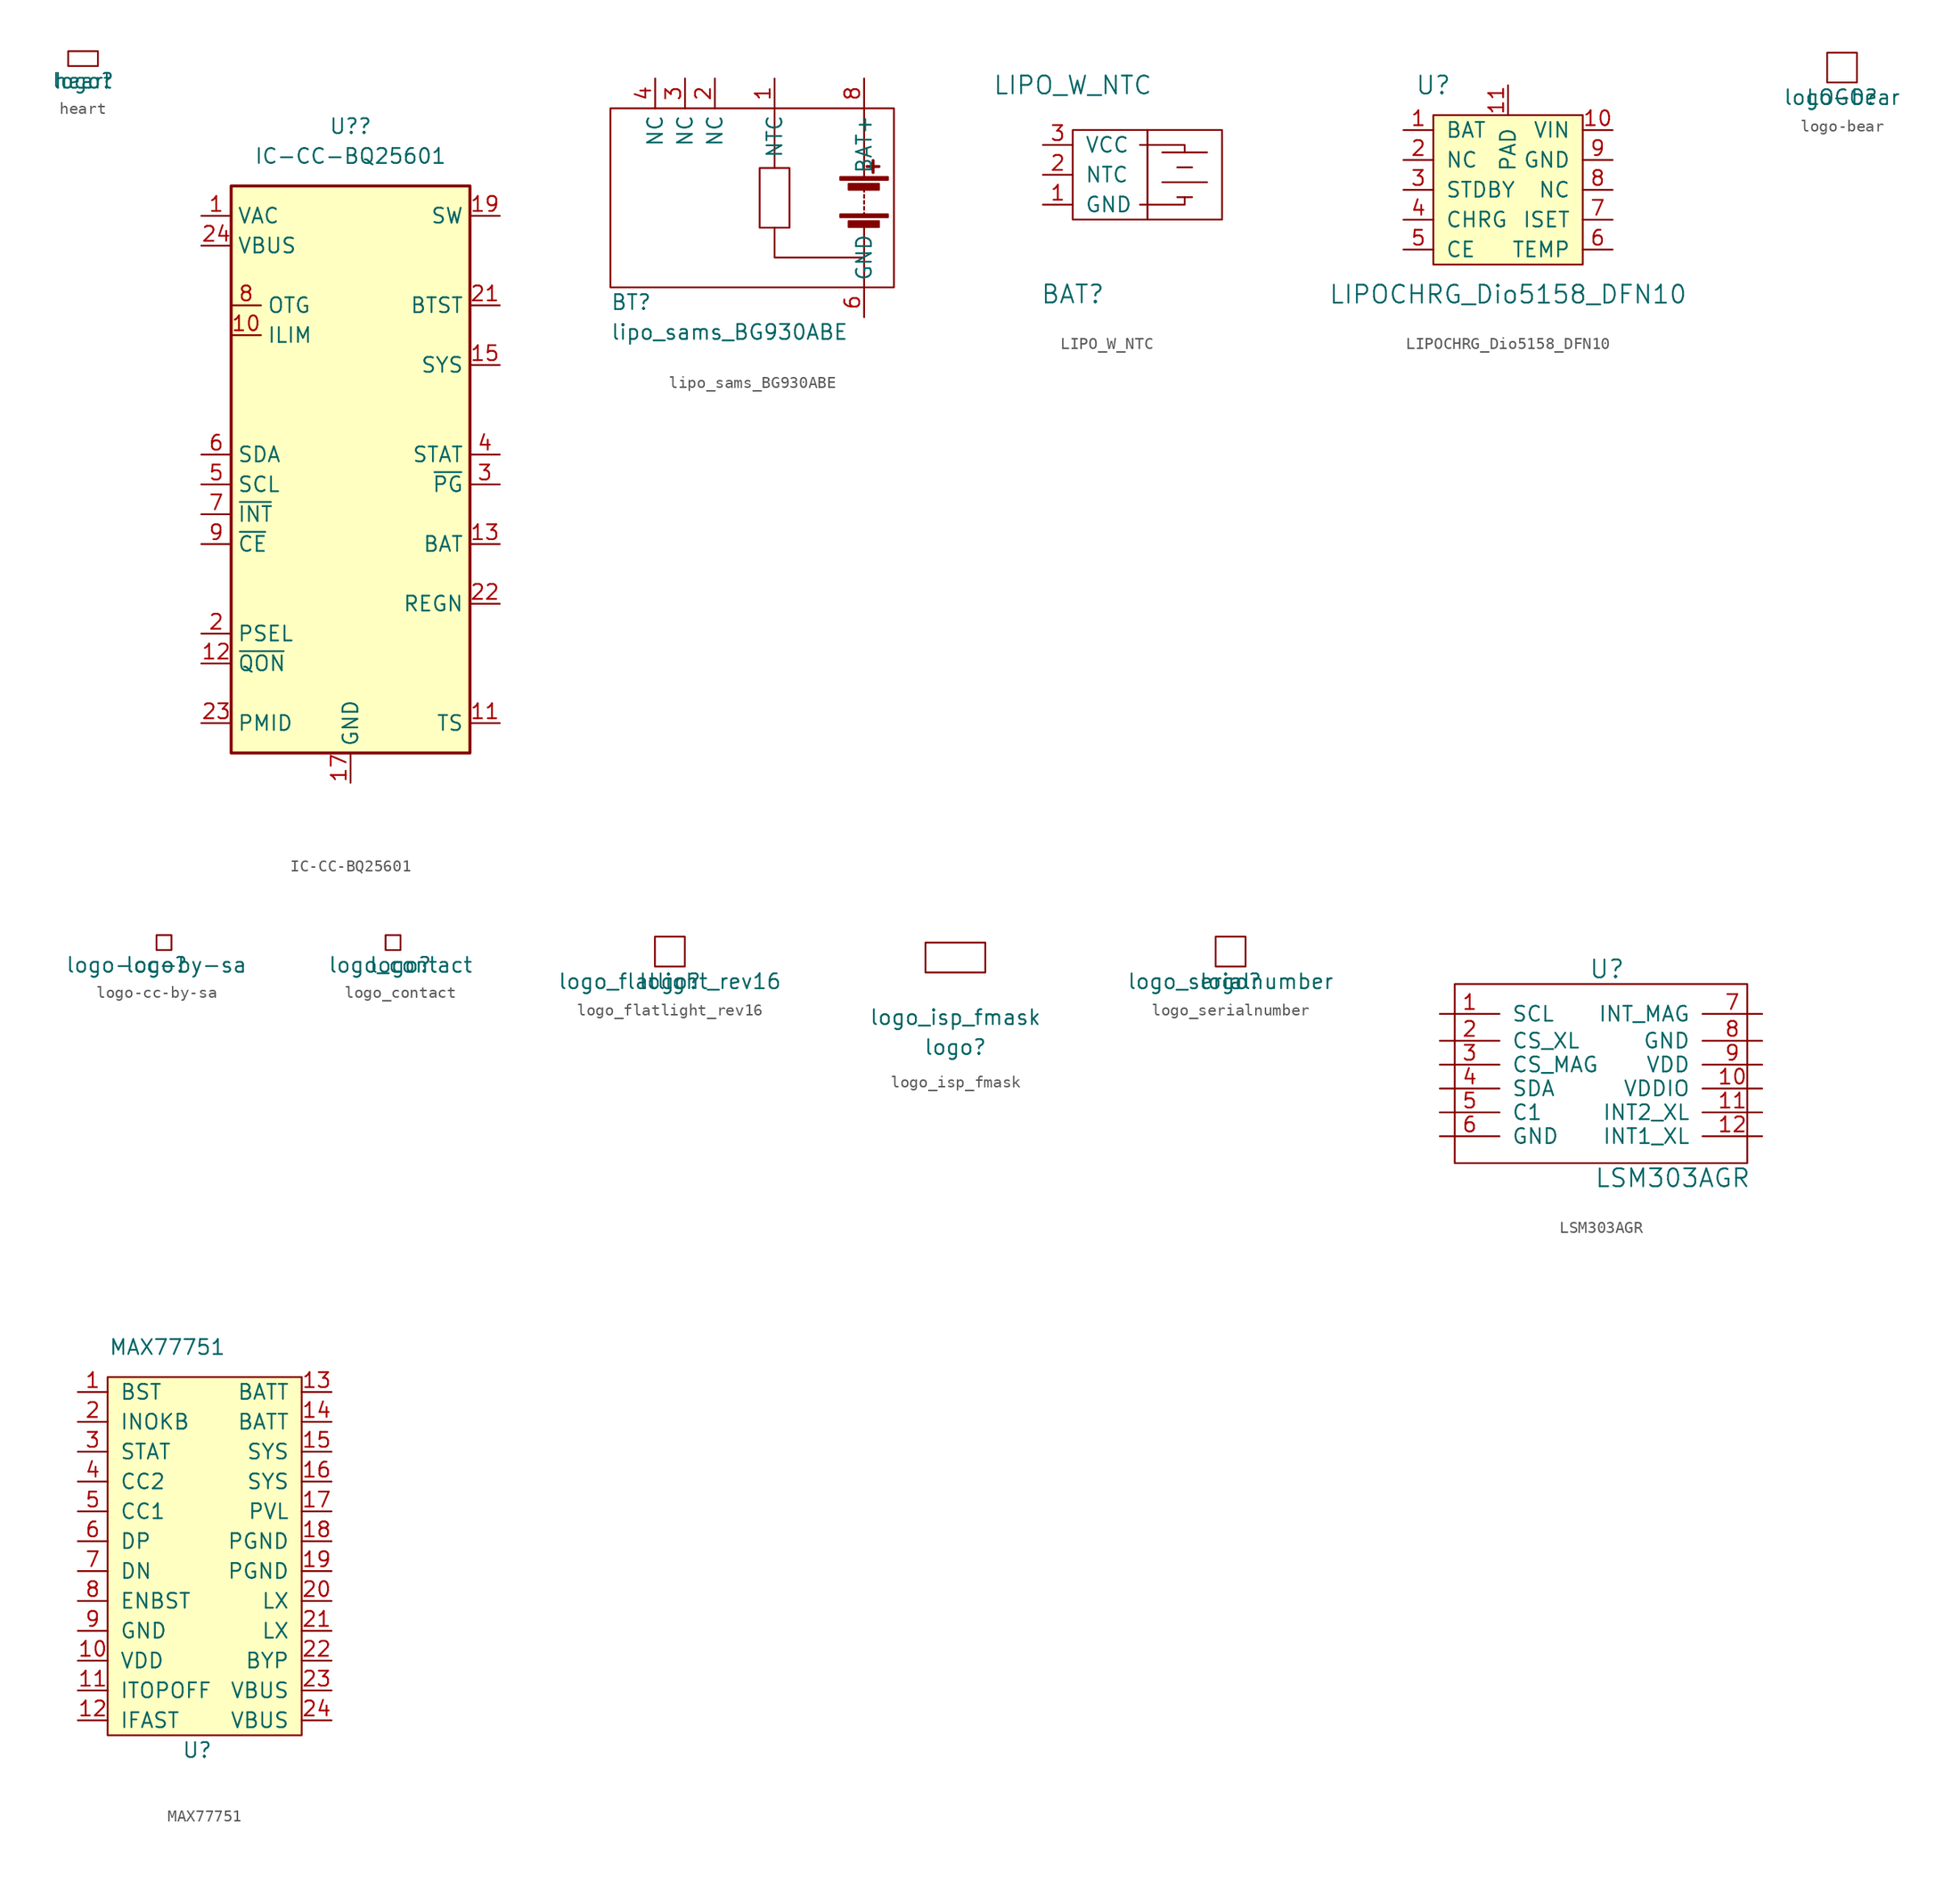
<source format=kicad_sym>
(kicad_symbol_lib
  (version 20210619)
  (generator kicad_symbol_editor)
  (symbol "nicos-parts:heart"
    (pin_names
      (offset 1.016))
    (property "Reference" "logo"
      (at 0 0 0)
      (effects (font (size 1.27 1.27))))
    (property "Value" "heart"
      (at 0 0 0)
      (effects (font (size 1.27 1.27))))
    (symbol "heart_0_1"
      (rectangle (start -1.27 2.54) (end 1.27 1.27) (stroke (width 0)) (fill (type none)))))
  (symbol "nicos-parts:IC-CC-BQ25601"
    (property "Reference" "U?"
      (at 0 30.48 0)
      (effects (font (size 1.27 1.27))))
    (property "Value" "IC-CC-BQ25601"
      (at 0 27.94 0)
      (effects (font (size 1.27 1.27))))
    (symbol "IC-CC-BQ25601_0_1"
      (rectangle (start -10.16 -22.86) (end 10.16 25.4) (stroke (width 0.254)) (fill (type background))))
    (symbol "IC-CC-BQ25601_1_1"
      (pin input line (at -12.7 22.86 0) (length 2.54) (name "VAC" (effects (font (size 1.27 1.27)))) (number "1" (effects (font (size 1.27 1.27)))))
      (pin bidirectional line (at -10.16 12.7 0) (length 2.54) (name "ILIM" (effects (font (size 1.27 1.27)))) (number "10" (effects (font (size 1.27 1.27)))))
      (pin passive line (at 12.7 -20.32 180) (length 2.54) (name "TS" (effects (font (size 1.27 1.27)))) (number "11" (effects (font (size 1.27 1.27)))))
      (pin input line (at -12.7 -15.24 0) (length 2.54) (name "~{QON}" (effects (font (size 1.27 1.27)))) (number "12" (effects (font (size 1.27 1.27)))))
      (pin power_in line (at 12.7 -5.08 180) (length 2.54) (name "BAT" (effects (font (size 1.27 1.27)))) (number "13" (effects (font (size 1.27 1.27)))))
      (pin passive line (at 12.7 -5.08 180) (length 2.54) hide (name "BAT" (effects (font (size 1.27 1.27)))) (number "14" (effects (font (size 1.27 1.27)))))
      (pin passive line (at 12.7 10.16 180) (length 2.54) (name "SYS" (effects (font (size 1.27 1.27)))) (number "15" (effects (font (size 1.27 1.27)))))
      (pin passive line (at 12.7 10.16 180) (length 2.54) hide (name "SYS" (effects (font (size 1.27 1.27)))) (number "16" (effects (font (size 1.27 1.27)))))
      (pin power_in line (at 0 -25.4 90) (length 2.54) (name "GND" (effects (font (size 1.27 1.27)))) (number "17" (effects (font (size 1.27 1.27)))))
      (pin passive line (at 0 -25.4 90) (length 2.54) hide (name "GND" (effects (font (size 1.27 1.27)))) (number "18" (effects (font (size 1.27 1.27)))))
      (pin passive line (at 12.7 22.86 180) (length 2.54) (name "SW" (effects (font (size 1.27 1.27)))) (number "19" (effects (font (size 1.27 1.27)))))
      (pin input line (at -12.7 -12.7 0) (length 2.54) (name "PSEL" (effects (font (size 1.27 1.27)))) (number "2" (effects (font (size 1.27 1.27)))))
      (pin passive line (at 12.7 22.86 180) (length 2.54) hide (name "SW" (effects (font (size 1.27 1.27)))) (number "20" (effects (font (size 1.27 1.27)))))
      (pin input line (at 12.7 15.24 180) (length 2.54) (name "BTST" (effects (font (size 1.27 1.27)))) (number "21" (effects (font (size 1.27 1.27)))))
      (pin passive line (at 12.7 -10.16 180) (length 2.54) (name "REGN" (effects (font (size 1.27 1.27)))) (number "22" (effects (font (size 1.27 1.27)))))
      (pin passive line (at -12.7 -20.32 0) (length 2.54) (name "PMID" (effects (font (size 1.27 1.27)))) (number "23" (effects (font (size 1.27 1.27)))))
      (pin power_in line (at -12.7 20.32 0) (length 2.54) (name "VBUS" (effects (font (size 1.27 1.27)))) (number "24" (effects (font (size 1.27 1.27)))))
      (pin passive line (at 0 -25.4 90) (length 2.54) hide (name "GND" (effects (font (size 1.27 1.27)))) (number "25" (effects (font (size 1.27 1.27)))))
      (pin open_collector line (at 12.7 0 180) (length 2.54) (name "~{PG}" (effects (font (size 1.27 1.27)))) (number "3" (effects (font (size 1.27 1.27)))))
      (pin open_collector line (at 12.7 2.54 180) (length 2.54) (name "STAT" (effects (font (size 1.27 1.27)))) (number "4" (effects (font (size 1.27 1.27)))))
      (pin input line (at -12.7 0 0) (length 2.54) (name "SCL" (effects (font (size 1.27 1.27)))) (number "5" (effects (font (size 1.27 1.27)))))
      (pin bidirectional line (at -12.7 2.54 0) (length 2.54) (name "SDA" (effects (font (size 1.27 1.27)))) (number "6" (effects (font (size 1.27 1.27)))))
      (pin open_collector line (at -12.7 -2.54 0) (length 2.54) (name "~{INT}" (effects (font (size 1.27 1.27)))) (number "7" (effects (font (size 1.27 1.27)))))
      (pin bidirectional line (at -10.16 15.24 0) (length 2.54) (name "OTG" (effects (font (size 1.27 1.27)))) (number "8" (effects (font (size 1.27 1.27)))))
      (pin input line (at -12.7 -5.08 0) (length 2.54) (name "~{CE}" (effects (font (size 1.27 1.27)))) (number "9" (effects (font (size 1.27 1.27)))))))
  (symbol "nicos-parts:lipo_sams_BG930ABE"
    (property "Reference" "BT"
      (at -21.59 -8.89 0)
      (effects (font (size 1.27 1.27)) (justify left)))
    (property "Value" "lipo_sams_BG930ABE"
      (at -21.59 -11.43 0)
      (effects (font (size 1.27 1.27)) (justify left)))
    (symbol "lipo_sams_BG930ABE_0_0"
      (pin passive line (at -7.62 10.16 270) (length 2.54) (name "NTC" (effects (font (size 1.27 1.27)))) (number "1" (effects (font (size 1.27 1.27)))))
      (pin passive line (at -12.7 10.16 270) (length 2.54) (name "NC" (effects (font (size 1.27 1.27)))) (number "2" (effects (font (size 1.27 1.27)))))
      (pin passive line (at -15.24 10.16 270) (length 2.54) (name "NC" (effects (font (size 1.27 1.27)))) (number "3" (effects (font (size 1.27 1.27)))))
      (pin passive line (at -17.78 10.16 270) (length 2.54) (name "NC" (effects (font (size 1.27 1.27)))) (number "4" (effects (font (size 1.27 1.27)))))
      (pin passive line (at 0 -10.16 90) (length 2.54) hide (name "GND" (effects (font (size 1.27 1.27)))) (number "5" (effects (font (size 1.27 1.27)))))
      (pin passive line (at 0 -10.16 90) (length 2.54) (name "GND" (effects (font (size 1.27 1.27)))) (number "6" (effects (font (size 1.27 1.27)))))
      (pin passive line (at 0 10.16 270) (length 2.54) hide (name "BAT+" (effects (font (size 1.27 1.27)))) (number "7" (effects (font (size 1.27 1.27)))))
      (pin passive line (at 0 10.16 270) (length 2.54) (name "BAT+" (effects (font (size 1.27 1.27)))) (number "8" (effects (font (size 1.27 1.27))))))
    (symbol "lipo_sams_BG930ABE_0_1"
      (rectangle (start -21.59 7.62) (end 2.54 -7.62) (stroke (width 0)) (fill (type none)))
      (rectangle (start -2.032 -1.397) (end 2.032 -1.651) (stroke (width 0)) (fill (type outline)))
      (rectangle (start -2.032 1.778) (end 2.032 1.524) (stroke (width 0)) (fill (type outline)))
      (rectangle (start -1.321 -1.981) (end 1.27 -2.489) (stroke (width 0)) (fill (type outline)))
      (rectangle (start -1.321 1.194) (end 1.27 0.686) (stroke (width 0)) (fill (type outline)))
      (polyline (pts (xy -7.62 2.54) (xy -7.62 7.62)) (stroke (width 0)) (fill (type none)))
      (polyline (pts (xy 0 -5.08) (xy 0 -2.54)) (stroke (width 0)) (fill (type none)))
      (polyline (pts (xy 0 -1.524) (xy 0 -1.27)) (stroke (width 0)) (fill (type none)))
      (polyline (pts (xy 0 -1.016) (xy 0 -0.762)) (stroke (width 0)) (fill (type none)))
      (polyline (pts (xy 0 -0.508) (xy 0 -0.254)) (stroke (width 0)) (fill (type none)))
      (polyline (pts (xy 0 0) (xy 0 0.254)) (stroke (width 0)) (fill (type none)))
      (polyline (pts (xy 0 0.508) (xy 0 0.762)) (stroke (width 0)) (fill (type none)))
      (polyline (pts (xy 0 1.778) (xy 0 2.54)) (stroke (width 0)) (fill (type none)))
      (polyline (pts (xy 0 2.54) (xy 0 7.62)) (stroke (width 0)) (fill (type none)))
      (polyline (pts (xy 0.254 2.667) (xy 1.27 2.667)) (stroke (width 0.254)) (fill (type none)))
      (polyline (pts (xy 0.762 3.175) (xy 0.762 2.159)) (stroke (width 0.254)) (fill (type none)))
      (polyline (pts (xy -7.62 -2.54) (xy -7.62 -5.08) (xy 0 -5.08) (xy 0 -7.62)) (stroke (width 0)) (fill (type none)))
      (polyline (pts (xy -7.62 2.54) (xy -6.35 2.54) (xy -6.35 -2.54) (xy -8.89 -2.54) (xy -8.89 2.54) (xy -7.62 2.54)) (stroke (width 0)) (fill (type none)))))
  (symbol "nicos-parts:LIPO_W_NTC"
    (pin_names
      (offset 1.016))
    (property "Reference" "BAT"
      (at 0 -6.35 0)
      (effects (font (size 1.524 1.524))))
    (property "Value" "LIPO_W_NTC"
      (at 0 11.43 0)
      (effects (font (size 1.524 1.524))))
    (symbol "LIPO_W_NTC_0_1"
      (rectangle (start 0 7.62) (end 6.35 0) (stroke (width 0)) (fill (type none)))
      (rectangle (start 6.35 7.62) (end 12.7 0) (stroke (width 0)) (fill (type none)))
      (polyline (pts (xy 7.62 3.175) (xy 11.43 3.175)) (stroke (width 0)) (fill (type none)))
      (polyline (pts (xy 7.62 5.715) (xy 11.43 5.715)) (stroke (width 0)) (fill (type none)))
      (polyline (pts (xy 8.89 1.905) (xy 10.16 1.905)) (stroke (width 0)) (fill (type none)))
      (polyline (pts (xy 8.89 4.445) (xy 10.16 4.445)) (stroke (width 0)) (fill (type none)))
      (polyline (pts (xy 9.525 1.905) (xy 9.525 1.27) (xy 5.715 1.27)) (stroke (width 0)) (fill (type none)))
      (polyline (pts (xy 9.525 5.715) (xy 9.525 6.35) (xy 5.715 6.35)) (stroke (width 0)) (fill (type none))))
    (symbol "LIPO_W_NTC_1_1"
      (pin passive line (at -2.54 1.27 0) (length 2.54) (name "GND" (effects (font (size 1.27 1.27)))) (number "1" (effects (font (size 1.27 1.27)))))
      (pin passive line (at -2.54 3.81 0) (length 2.54) (name "NTC" (effects (font (size 1.27 1.27)))) (number "2" (effects (font (size 1.27 1.27)))))
      (pin passive line (at -2.54 6.35 0) (length 2.54) (name "VCC" (effects (font (size 1.27 1.27)))) (number "3" (effects (font (size 1.27 1.27)))))))
  (symbol "nicos-parts:LIPOCHRG_Dio5158_DFN10"
    (pin_names
      (offset 1.016))
    (property "Reference" "U"
      (at -6.35 10.16 0)
      (effects (font (size 1.524 1.524))))
    (property "Value" "LIPOCHRG_Dio5158_DFN10"
      (at 0 -7.62 0)
      (effects (font (size 1.524 1.524))))
    (symbol "LIPOCHRG_Dio5158_DFN10_0_1"
      (rectangle (start -6.35 7.62) (end 6.35 -5.08) (stroke (width 0)) (fill (type background))))
    (symbol "LIPOCHRG_Dio5158_DFN10_1_1"
      (pin passive line (at -8.89 6.35 0) (length 2.54) (name "BAT" (effects (font (size 1.27 1.27)))) (number "1" (effects (font (size 1.27 1.27)))))
      (pin passive line (at 8.89 6.35 180) (length 2.54) (name "VIN" (effects (font (size 1.27 1.27)))) (number "10" (effects (font (size 1.27 1.27)))))
      (pin passive line (at 0 10.16 270) (length 2.54) (name "PAD" (effects (font (size 1.27 1.27)))) (number "11" (effects (font (size 1.27 1.27)))))
      (pin passive line (at -8.89 3.81 0) (length 2.54) (name "NC" (effects (font (size 1.27 1.27)))) (number "2" (effects (font (size 1.27 1.27)))))
      (pin passive line (at -8.89 1.27 0) (length 2.54) (name "STDBY" (effects (font (size 1.27 1.27)))) (number "3" (effects (font (size 1.27 1.27)))))
      (pin passive line (at -8.89 -1.27 0) (length 2.54) (name "CHRG" (effects (font (size 1.27 1.27)))) (number "4" (effects (font (size 1.27 1.27)))))
      (pin passive line (at -8.89 -3.81 0) (length 2.54) (name "CE" (effects (font (size 1.27 1.27)))) (number "5" (effects (font (size 1.27 1.27)))))
      (pin passive line (at 8.89 -3.81 180) (length 2.54) (name "TEMP" (effects (font (size 1.27 1.27)))) (number "6" (effects (font (size 1.27 1.27)))))
      (pin passive line (at 8.89 -1.27 180) (length 2.54) (name "ISET" (effects (font (size 1.27 1.27)))) (number "7" (effects (font (size 1.27 1.27)))))
      (pin passive line (at 8.89 1.27 180) (length 2.54) (name "NC" (effects (font (size 1.27 1.27)))) (number "8" (effects (font (size 1.27 1.27)))))
      (pin passive line (at 8.89 3.81 180) (length 2.54) (name "GND" (effects (font (size 1.27 1.27)))) (number "9" (effects (font (size 1.27 1.27)))))))
  (symbol "nicos-parts:logo-bear"
    (pin_names
      (offset 1.016))
    (property "Reference" "LOGO"
      (at 0 0 0)
      (effects (font (size 1.27 1.27))))
    (property "Value" "logo-bear"
      (at 0 0 0)
      (effects (font (size 1.27 1.27))))
    (symbol "logo-bear_0_1"
      (rectangle (start -1.27 3.81) (end 1.27 1.27) (stroke (width 0)) (fill (type none)))))
  (symbol "nicos-parts:logo-cc-by-sa"
    (pin_names
      (offset 1.016))
    (property "Reference" "logo"
      (at 0 0 0)
      (effects (font (size 1.27 1.27))))
    (property "Value" "logo-cc-by-sa"
      (at 0 0 0)
      (effects (font (size 1.27 1.27))))
    (symbol "logo-cc-by-sa_0_1"
      (rectangle (start 0 2.54) (end 1.27 1.27) (stroke (width 0)) (fill (type none)))))
  (symbol "nicos-parts:logo_contact"
    (pin_names
      (offset 1.016))
    (property "Reference" "logo"
      (at 0 0 0)
      (effects (font (size 1.27 1.27))))
    (property "Value" "logo_contact"
      (at 0 0 0)
      (effects (font (size 1.27 1.27))))
    (symbol "logo_contact_0_1"
      (rectangle (start -1.27 2.54) (end 0 1.27) (stroke (width 0)) (fill (type none)))))
  (symbol "nicos-parts:logo_flatlight_rev16"
    (pin_names
      (offset 1.016))
    (property "Reference" "logo"
      (at 0 0 0)
      (effects (font (size 1.27 1.27))))
    (property "Value" "logo_flatlight_rev16"
      (at 0 0 0)
      (effects (font (size 1.27 1.27))))
    (symbol "logo_flatlight_rev16_0_1"
      (rectangle (start 1.27 1.27) (end -1.27 3.81) (stroke (width 0)) (fill (type none)))))
  (symbol "nicos-parts:logo_isp_fmask"
    (pin_names
      (offset 1.016))
    (property "Reference" "logo"
      (at 0 -1.27 0)
      (effects (font (size 1.27 1.27))))
    (property "Value" "logo_isp_fmask"
      (at 0 1.27 0)
      (effects (font (size 1.27 1.27))))
    (symbol "logo_isp_fmask_0_1"
      (rectangle (start -2.54 7.62) (end 2.54 5.08) (stroke (width 0)) (fill (type none)))))
  (symbol "nicos-parts:logo_serialnumber"
    (pin_names
      (offset 1.016))
    (property "Reference" "logo"
      (at 0 0 0)
      (effects (font (size 1.27 1.27))))
    (property "Value" "logo_serialnumber"
      (at 0 0 0)
      (effects (font (size 1.27 1.27))))
    (symbol "logo_serialnumber_0_1"
      (rectangle (start 1.27 3.81) (end -1.27 1.27) (stroke (width 0)) (fill (type none)))))
  (symbol "nicos-parts:LSM303AGR"
    (pin_names
      (offset 1.016))
    (property "Reference" "U"
      (at 0.508 9.144 0)
      (effects (font (size 1.524 1.524))))
    (property "Value" "LSM303AGR"
      (at 6.096 -8.636 0)
      (effects (font (size 1.524 1.524))))
    (symbol "LSM303AGR_0_1"
      (rectangle (start -12.446 7.874) (end 12.446 -7.366) (stroke (width 0)) (fill (type none))))
    (symbol "LSM303AGR_1_1"
      (pin input line (at -13.716 5.334 0) (length 5.08) (name "SCL" (effects (font (size 1.27 1.27)))) (number "1" (effects (font (size 1.27 1.27)))))
      (pin input line (at 13.716 -1.016 180) (length 5.08) (name "VDDIO" (effects (font (size 1.27 1.27)))) (number "10" (effects (font (size 1.27 1.27)))))
      (pin input line (at 13.716 -3.048 180) (length 5.08) (name "INT2_XL" (effects (font (size 1.27 1.27)))) (number "11" (effects (font (size 1.27 1.27)))))
      (pin input line (at 13.716 -5.08 180) (length 5.08) (name "INT1_XL" (effects (font (size 1.27 1.27)))) (number "12" (effects (font (size 1.27 1.27)))))
      (pin input line (at -13.716 3.048 0) (length 5.08) (name "CS_XL" (effects (font (size 1.27 1.27)))) (number "2" (effects (font (size 1.27 1.27)))))
      (pin input line (at -13.716 1.016 0) (length 5.08) (name "CS_MAG" (effects (font (size 1.27 1.27)))) (number "3" (effects (font (size 1.27 1.27)))))
      (pin input line (at -13.716 -1.016 0) (length 5.08) (name "SDA" (effects (font (size 1.27 1.27)))) (number "4" (effects (font (size 1.27 1.27)))))
      (pin input line (at -13.716 -3.048 0) (length 5.08) (name "C1" (effects (font (size 1.27 1.27)))) (number "5" (effects (font (size 1.27 1.27)))))
      (pin input line (at -13.716 -5.08 0) (length 5.08) (name "GND" (effects (font (size 1.27 1.27)))) (number "6" (effects (font (size 1.27 1.27)))))
      (pin input line (at 13.716 5.334 180) (length 5.08) (name "INT_MAG" (effects (font (size 1.27 1.27)))) (number "7" (effects (font (size 1.27 1.27)))))
      (pin input line (at 13.716 3.048 180) (length 5.08) (name "GND" (effects (font (size 1.27 1.27)))) (number "8" (effects (font (size 1.27 1.27)))))
      (pin input line (at 13.716 1.016 180) (length 5.08) (name "VDD" (effects (font (size 1.27 1.27)))) (number "9" (effects (font (size 1.27 1.27)))))))
  (symbol "nicos-parts:MAX77751"
    (pin_names
      (offset 1.016))
    (property "Reference" "U"
      (at 0 -16.51 0)
      (effects (font (size 1.27 1.27))))
    (property "Value" "MAX77751"
      (at -2.54 17.78 0)
      (effects (font (size 1.27 1.27))))
    (symbol "MAX77751_0_1"
      (rectangle (start -7.62 15.24) (end 8.89 -15.24) (stroke (width 0)) (fill (type background))))
    (symbol "MAX77751_1_1"
      (pin bidirectional line (at -10.16 13.97 0) (length 2.54) (name "BST" (effects (font (size 1.27 1.27)))) (number "1" (effects (font (size 1.27 1.27)))))
      (pin bidirectional line (at -10.16 -8.89 0) (length 2.54) (name "VDD" (effects (font (size 1.27 1.27)))) (number "10" (effects (font (size 1.27 1.27)))))
      (pin bidirectional line (at -10.16 -11.43 0) (length 2.54) (name "ITOPOFF" (effects (font (size 1.27 1.27)))) (number "11" (effects (font (size 1.27 1.27)))))
      (pin bidirectional line (at -10.16 -13.97 0) (length 2.54) (name "IFAST" (effects (font (size 1.27 1.27)))) (number "12" (effects (font (size 1.27 1.27)))))
      (pin bidirectional line (at 11.43 13.97 180) (length 2.54) (name "BATT" (effects (font (size 1.27 1.27)))) (number "13" (effects (font (size 1.27 1.27)))))
      (pin bidirectional line (at 11.43 11.43 180) (length 2.54) (name "BATT" (effects (font (size 1.27 1.27)))) (number "14" (effects (font (size 1.27 1.27)))))
      (pin bidirectional line (at 11.43 8.89 180) (length 2.54) (name "SYS" (effects (font (size 1.27 1.27)))) (number "15" (effects (font (size 1.27 1.27)))))
      (pin bidirectional line (at 11.43 6.35 180) (length 2.54) (name "SYS" (effects (font (size 1.27 1.27)))) (number "16" (effects (font (size 1.27 1.27)))))
      (pin bidirectional line (at 11.43 3.81 180) (length 2.54) (name "PVL" (effects (font (size 1.27 1.27)))) (number "17" (effects (font (size 1.27 1.27)))))
      (pin bidirectional line (at 11.43 1.27 180) (length 2.54) (name "PGND" (effects (font (size 1.27 1.27)))) (number "18" (effects (font (size 1.27 1.27)))))
      (pin bidirectional line (at 11.43 -1.27 180) (length 2.54) (name "PGND" (effects (font (size 1.27 1.27)))) (number "19" (effects (font (size 1.27 1.27)))))
      (pin bidirectional line (at -10.16 11.43 0) (length 2.54) (name "INOKB" (effects (font (size 1.27 1.27)))) (number "2" (effects (font (size 1.27 1.27)))))
      (pin bidirectional line (at 11.43 -3.81 180) (length 2.54) (name "LX" (effects (font (size 1.27 1.27)))) (number "20" (effects (font (size 1.27 1.27)))))
      (pin bidirectional line (at 11.43 -6.35 180) (length 2.54) (name "LX" (effects (font (size 1.27 1.27)))) (number "21" (effects (font (size 1.27 1.27)))))
      (pin bidirectional line (at 11.43 -8.89 180) (length 2.54) (name "BYP" (effects (font (size 1.27 1.27)))) (number "22" (effects (font (size 1.27 1.27)))))
      (pin bidirectional line (at 11.43 -11.43 180) (length 2.54) (name "VBUS" (effects (font (size 1.27 1.27)))) (number "23" (effects (font (size 1.27 1.27)))))
      (pin bidirectional line (at 11.43 -13.97 180) (length 2.54) (name "VBUS" (effects (font (size 1.27 1.27)))) (number "24" (effects (font (size 1.27 1.27)))))
      (pin bidirectional line (at -10.16 8.89 0) (length 2.54) (name "STAT" (effects (font (size 1.27 1.27)))) (number "3" (effects (font (size 1.27 1.27)))))
      (pin bidirectional line (at -10.16 6.35 0) (length 2.54) (name "CC2" (effects (font (size 1.27 1.27)))) (number "4" (effects (font (size 1.27 1.27)))))
      (pin bidirectional line (at -10.16 3.81 0) (length 2.54) (name "CC1" (effects (font (size 1.27 1.27)))) (number "5" (effects (font (size 1.27 1.27)))))
      (pin bidirectional line (at -10.16 1.27 0) (length 2.54) (name "DP" (effects (font (size 1.27 1.27)))) (number "6" (effects (font (size 1.27 1.27)))))
      (pin bidirectional line (at -10.16 -1.27 0) (length 2.54) (name "DN" (effects (font (size 1.27 1.27)))) (number "7" (effects (font (size 1.27 1.27)))))
      (pin bidirectional line (at -10.16 -3.81 0) (length 2.54) (name "ENBST" (effects (font (size 1.27 1.27)))) (number "8" (effects (font (size 1.27 1.27)))))
      (pin bidirectional line (at -10.16 -6.35 0) (length 2.54) (name "GND" (effects (font (size 1.27 1.27)))) (number "9" (effects (font (size 1.27 1.27))))))))
</source>
